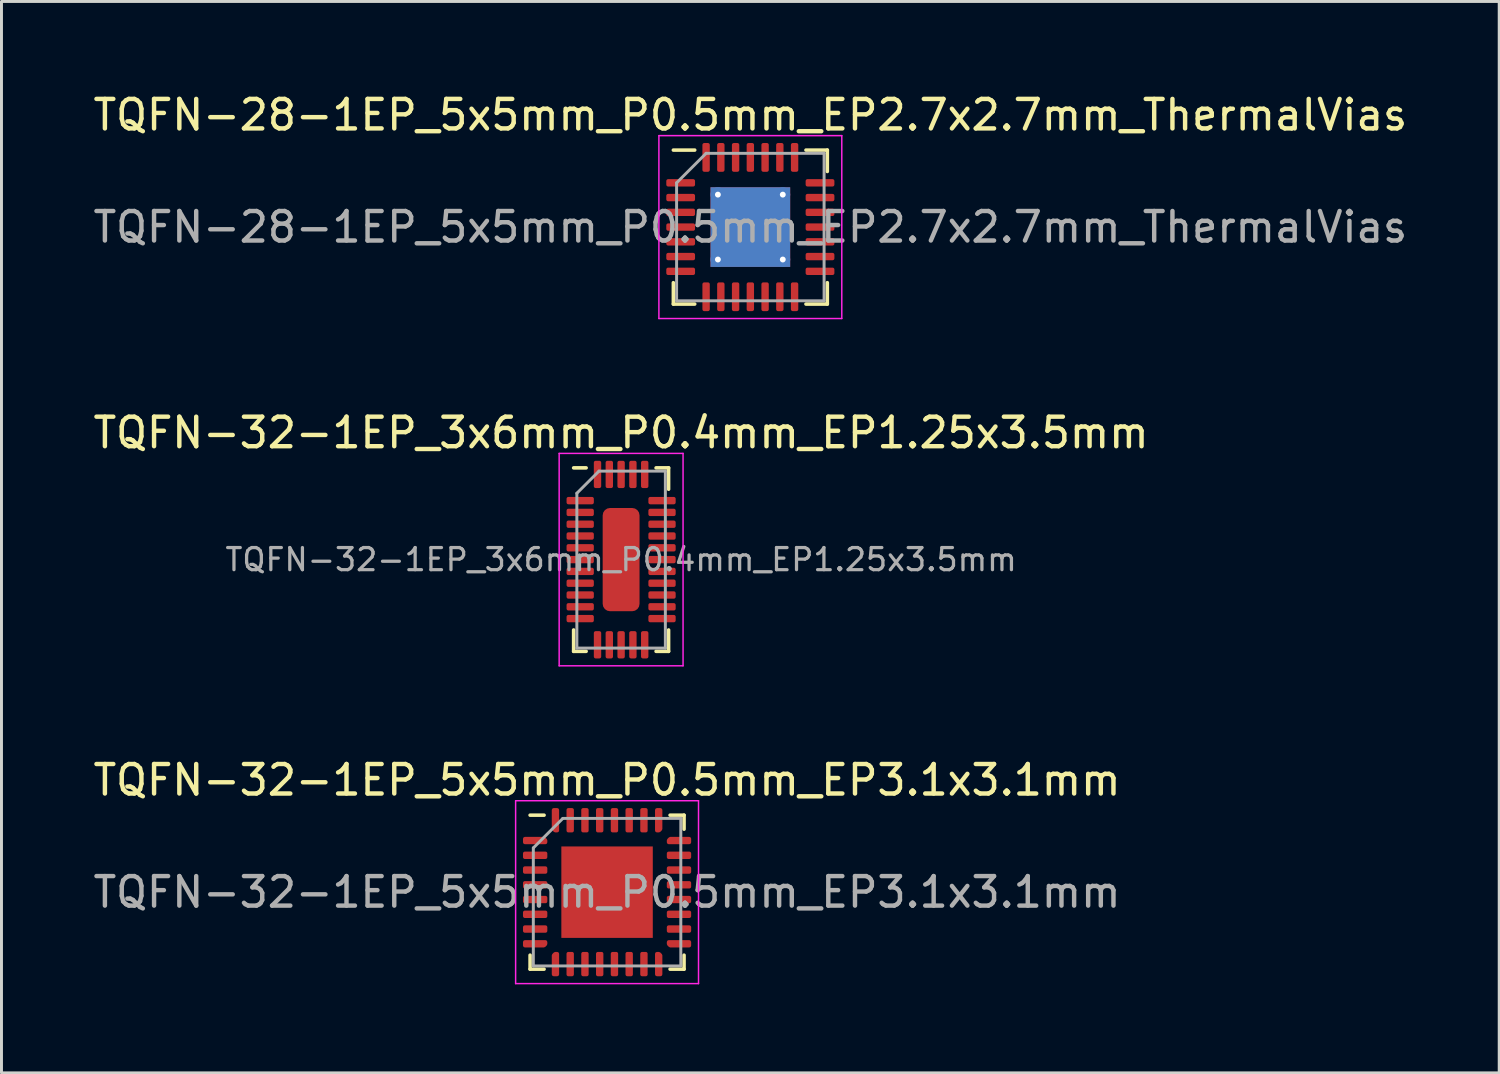
<source format=kicad_pcb>
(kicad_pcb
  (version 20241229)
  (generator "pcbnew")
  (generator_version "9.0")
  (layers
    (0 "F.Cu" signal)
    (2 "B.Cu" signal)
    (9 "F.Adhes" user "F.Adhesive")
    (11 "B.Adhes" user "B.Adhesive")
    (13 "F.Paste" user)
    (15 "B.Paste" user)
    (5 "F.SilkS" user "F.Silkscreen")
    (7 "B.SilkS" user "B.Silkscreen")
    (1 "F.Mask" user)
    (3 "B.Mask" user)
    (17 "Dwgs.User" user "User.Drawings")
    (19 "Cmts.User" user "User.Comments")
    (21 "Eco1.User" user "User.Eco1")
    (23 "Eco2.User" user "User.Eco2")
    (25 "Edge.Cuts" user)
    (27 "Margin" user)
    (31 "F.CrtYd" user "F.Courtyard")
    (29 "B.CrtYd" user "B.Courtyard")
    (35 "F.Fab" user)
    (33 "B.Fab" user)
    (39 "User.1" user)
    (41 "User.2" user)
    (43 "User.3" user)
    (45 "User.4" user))
  (footprint "TQFN-32-1EP_3x6mm_P0.4mm_EP1.25x3.5mm"
    (layer "F.Cu")
    (at 18.006 15.921)
    (property "Reference" "TQFN-32-1EP_3x6mm_P0.4mm_EP1.25x3.5mm" (at 0 -4.3 0) (layer "F.SilkS") (effects (font (size 1 1) (thickness 0.15))))
    (attr smd)
    (fp_line (start -1.61 3.11) (end -1.61 2.385) (stroke (width 0.12) (type solid)) (layer "F.SilkS"))
    (fp_line (start -1.185 -3.11) (end -1.61 -3.11) (stroke (width 0.12) (type solid)) (layer "F.SilkS"))
    (fp_line (start -1.185 3.11) (end -1.61 3.11) (stroke (width 0.12) (type solid)) (layer "F.SilkS"))
    (fp_line (start 1.185 -3.11) (end 1.61 -3.11) (stroke (width 0.12) (type solid)) (layer "F.SilkS"))
    (fp_line (start 1.185 3.11) (end 1.61 3.11) (stroke (width 0.12) (type solid)) (layer "F.SilkS"))
    (fp_line (start 1.61 -3.11) (end 1.61 -2.385) (stroke (width 0.12) (type solid)) (layer "F.SilkS"))
    (fp_line (start 1.61 3.11) (end 1.61 2.385) (stroke (width 0.12) (type solid)) (layer "F.SilkS"))
    (fp_line (start -2.1 -3.6) (end -2.1 3.6) (stroke (width 0.05) (type solid)) (layer "F.CrtYd"))
    (fp_line (start -2.1 3.6) (end 2.1 3.6) (stroke (width 0.05) (type solid)) (layer "F.CrtYd"))
    (fp_line (start 2.1 -3.6) (end -2.1 -3.6) (stroke (width 0.05) (type solid)) (layer "F.CrtYd"))
    (fp_line (start 2.1 3.6) (end 2.1 -3.6) (stroke (width 0.05) (type solid)) (layer "F.CrtYd"))
    (fp_line (start -1.5 -2.25) (end -0.75 -3) (stroke (width 0.1) (type solid)) (layer "F.Fab"))
    (fp_line (start -1.5 3) (end -1.5 -2.25) (stroke (width 0.1) (type solid)) (layer "F.Fab"))
    (fp_line (start -0.75 -3) (end 1.5 -3) (stroke (width 0.1) (type solid)) (layer "F.Fab"))
    (fp_line (start 1.5 -3) (end 1.5 3) (stroke (width 0.1) (type solid)) (layer "F.Fab"))
    (fp_line (start 1.5 3) (end -1.5 3) (stroke (width 0.1) (type solid)) (layer "F.Fab"))
    (fp_text user "${REFERENCE}" (at 0 0 0) (layer "F.Fab") (effects (font (size 0.75 0.75) (thickness 0.11))))
    (pad "" smd roundrect (at -0.31 -1.45) (size 0.5 0.47) (layers "F.Paste") (roundrect_rratio 0.25))
    (pad "" smd roundrect (at -0.31 -0.87) (size 0.5 0.47) (layers "F.Paste") (roundrect_rratio 0.25))
    (pad "" smd roundrect (at -0.31 -0.29) (size 0.5 0.47) (layers "F.Paste") (roundrect_rratio 0.25))
    (pad "" smd roundrect (at -0.31 0.29) (size 0.5 0.47) (layers "F.Paste") (roundrect_rratio 0.25))
    (pad "" smd roundrect (at -0.31 0.87) (size 0.5 0.47) (layers "F.Paste") (roundrect_rratio 0.25))
    (pad "" smd roundrect (at -0.31 1.45) (size 0.5 0.47) (layers "F.Paste") (roundrect_rratio 0.25))
    (pad "" smd roundrect (at 0.31 -1.45) (size 0.5 0.47) (layers "F.Paste") (roundrect_rratio 0.25))
    (pad "" smd roundrect (at 0.31 -0.87) (size 0.5 0.47) (layers "F.Paste") (roundrect_rratio 0.25))
    (pad "" smd roundrect (at 0.31 -0.29) (size 0.5 0.47) (layers "F.Paste") (roundrect_rratio 0.25))
    (pad "" smd roundrect (at 0.31 0.29) (size 0.5 0.47) (layers "F.Paste") (roundrect_rratio 0.25))
    (pad "" smd roundrect (at 0.31 0.87) (size 0.5 0.47) (layers "F.Paste") (roundrect_rratio 0.25))
    (pad "" smd roundrect (at 0.31 1.45) (size 0.5 0.47) (layers "F.Paste") (roundrect_rratio 0.25))
    (pad "1" smd roundrect (at -1.387 -2) (size 0.925 0.25) (layers "F.Cu" "F.Mask" "F.Paste") (roundrect_rratio 0.25))
    (pad "2" smd roundrect (at -1.387 -1.6) (size 0.925 0.25) (layers "F.Cu" "F.Mask" "F.Paste") (roundrect_rratio 0.25))
    (pad "3" smd roundrect (at -1.387 -1.2) (size 0.925 0.25) (layers "F.Cu" "F.Mask" "F.Paste") (roundrect_rratio 0.25))
    (pad "4" smd roundrect (at -1.387 -0.8) (size 0.925 0.25) (layers "F.Cu" "F.Mask" "F.Paste") (roundrect_rratio 0.25))
    (pad "5" smd roundrect (at -1.387 -0.4) (size 0.925 0.25) (layers "F.Cu" "F.Mask" "F.Paste") (roundrect_rratio 0.25))
    (pad "6" smd roundrect (at -1.387 0) (size 0.925 0.25) (layers "F.Cu" "F.Mask" "F.Paste") (roundrect_rratio 0.25))
    (pad "7" smd roundrect (at -1.387 0.4) (size 0.925 0.25) (layers "F.Cu" "F.Mask" "F.Paste") (roundrect_rratio 0.25))
    (pad "8" smd roundrect (at -1.387 0.8) (size 0.925 0.25) (layers "F.Cu" "F.Mask" "F.Paste") (roundrect_rratio 0.25))
    (pad "9" smd roundrect (at -1.387 1.2) (size 0.925 0.25) (layers "F.Cu" "F.Mask" "F.Paste") (roundrect_rratio 0.25))
    (pad "10" smd roundrect (at -1.387 1.6) (size 0.925 0.25) (layers "F.Cu" "F.Mask" "F.Paste") (roundrect_rratio 0.25))
    (pad "11" smd roundrect (at -1.387 2) (size 0.925 0.25) (layers "F.Cu" "F.Mask" "F.Paste") (roundrect_rratio 0.25))
    (pad "12" smd roundrect (at -0.8 2.888) (size 0.25 0.925) (layers "F.Cu" "F.Mask" "F.Paste") (roundrect_rratio 0.25))
    (pad "13" smd roundrect (at -0.4 2.888) (size 0.25 0.925) (layers "F.Cu" "F.Mask" "F.Paste") (roundrect_rratio 0.25))
    (pad "14" smd roundrect (at 0 2.888) (size 0.25 0.925) (layers "F.Cu" "F.Mask" "F.Paste") (roundrect_rratio 0.25))
    (pad "15" smd roundrect (at 0.4 2.888) (size 0.25 0.925) (layers "F.Cu" "F.Mask" "F.Paste") (roundrect_rratio 0.25))
    (pad "16" smd roundrect (at 0.8 2.888) (size 0.25 0.925) (layers "F.Cu" "F.Mask" "F.Paste") (roundrect_rratio 0.25))
    (pad "17" smd roundrect (at 1.387 2) (size 0.925 0.25) (layers "F.Cu" "F.Mask" "F.Paste") (roundrect_rratio 0.25))
    (pad "18" smd roundrect (at 1.387 1.6) (size 0.925 0.25) (layers "F.Cu" "F.Mask" "F.Paste") (roundrect_rratio 0.25))
    (pad "19" smd roundrect (at 1.387 1.2) (size 0.925 0.25) (layers "F.Cu" "F.Mask" "F.Paste") (roundrect_rratio 0.25))
    (pad "20" smd roundrect (at 1.387 0.8) (size 0.925 0.25) (layers "F.Cu" "F.Mask" "F.Paste") (roundrect_rratio 0.25))
    (pad "21" smd roundrect (at 1.387 0.4) (size 0.925 0.25) (layers "F.Cu" "F.Mask" "F.Paste") (roundrect_rratio 0.25))
    (pad "22" smd roundrect (at 1.387 0) (size 0.925 0.25) (layers "F.Cu" "F.Mask" "F.Paste") (roundrect_rratio 0.25))
    (pad "23" smd roundrect (at 1.387 -0.4) (size 0.925 0.25) (layers "F.Cu" "F.Mask" "F.Paste") (roundrect_rratio 0.25))
    (pad "24" smd roundrect (at 1.387 -0.8) (size 0.925 0.25) (layers "F.Cu" "F.Mask" "F.Paste") (roundrect_rratio 0.25))
    (pad "25" smd roundrect (at 1.387 -1.2) (size 0.925 0.25) (layers "F.Cu" "F.Mask" "F.Paste") (roundrect_rratio 0.25))
    (pad "26" smd roundrect (at 1.387 -1.6) (size 0.925 0.25) (layers "F.Cu" "F.Mask" "F.Paste") (roundrect_rratio 0.25))
    (pad "27" smd roundrect (at 1.387 -2) (size 0.925 0.25) (layers "F.Cu" "F.Mask" "F.Paste") (roundrect_rratio 0.25))
    (pad "28" smd roundrect (at 0.8 -2.888) (size 0.25 0.925) (layers "F.Cu" "F.Mask" "F.Paste") (roundrect_rratio 0.25))
    (pad "29" smd roundrect (at 0.4 -2.888) (size 0.25 0.925) (layers "F.Cu" "F.Mask" "F.Paste") (roundrect_rratio 0.25))
    (pad "30" smd roundrect (at 0 -2.888) (size 0.25 0.925) (layers "F.Cu" "F.Mask" "F.Paste") (roundrect_rratio 0.25))
    (pad "31" smd roundrect (at -0.4 -2.888) (size 0.25 0.925) (layers "F.Cu" "F.Mask" "F.Paste") (roundrect_rratio 0.25))
    (pad "32" smd roundrect (at -0.8 -2.888) (size 0.25 0.925) (layers "F.Cu" "F.Mask" "F.Paste") (roundrect_rratio 0.25))
    (pad "33" smd roundrect (at 0 0) (size 1.25 3.5) (layers "F.Cu" "F.Mask") (roundrect_rratio 0.2)))
  (footprint "TQFN-28-1EP_5x5mm_P0.5mm_EP2.7x2.7mm_ThermalVias"
    (layer "F.Cu")
    (at 22.387 4.648)
    (property "Reference" "TQFN-28-1EP_5x5mm_P0.5mm_EP2.7x2.7mm_ThermalVias" (at 0 -3.8 0) (layer "F.SilkS") (effects (font (size 1 1) (thickness 0.15))))
    (attr smd)
    (fp_line (start -2.61 2.61) (end -2.61 1.885) (stroke (width 0.12) (type solid)) (layer "F.SilkS"))
    (fp_line (start -1.885 -2.61) (end -2.61 -2.61) (stroke (width 0.12) (type solid)) (layer "F.SilkS"))
    (fp_line (start -1.885 2.61) (end -2.61 2.61) (stroke (width 0.12) (type solid)) (layer "F.SilkS"))
    (fp_line (start 1.885 -2.61) (end 2.61 -2.61) (stroke (width 0.12) (type solid)) (layer "F.SilkS"))
    (fp_line (start 1.885 2.61) (end 2.61 2.61) (stroke (width 0.12) (type solid)) (layer "F.SilkS"))
    (fp_line (start 2.61 -2.61) (end 2.61 -1.885) (stroke (width 0.12) (type solid)) (layer "F.SilkS"))
    (fp_line (start 2.61 2.61) (end 2.61 1.885) (stroke (width 0.12) (type solid)) (layer "F.SilkS"))
    (fp_line (start -3.1 -3.1) (end -3.1 3.1) (stroke (width 0.05) (type solid)) (layer "F.CrtYd"))
    (fp_line (start -3.1 3.1) (end 3.1 3.1) (stroke (width 0.05) (type solid)) (layer "F.CrtYd"))
    (fp_line (start 3.1 -3.1) (end -3.1 -3.1) (stroke (width 0.05) (type solid)) (layer "F.CrtYd"))
    (fp_line (start 3.1 3.1) (end 3.1 -3.1) (stroke (width 0.05) (type solid)) (layer "F.CrtYd"))
    (fp_line (start -2.5 -1.5) (end -1.5 -2.5) (stroke (width 0.1) (type solid)) (layer "F.Fab"))
    (fp_line (start -2.5 2.5) (end -2.5 -1.5) (stroke (width 0.1) (type solid)) (layer "F.Fab"))
    (fp_line (start -1.5 -2.5) (end 2.5 -2.5) (stroke (width 0.1) (type solid)) (layer "F.Fab"))
    (fp_line (start 2.5 -2.5) (end 2.5 2.5) (stroke (width 0.1) (type solid)) (layer "F.Fab"))
    (fp_line (start 2.5 2.5) (end -2.5 2.5) (stroke (width 0.1) (type solid)) (layer "F.Fab"))
    (fp_text user "${REFERENCE}" (at 0 0 0) (layer "F.Fab") (effects (font (size 1 1) (thickness 0.15))))
    (pad "" smd roundrect (at -0.675 -0.675) (size 1.17 1.17) (layers "F.Paste") (roundrect_rratio 0.214))
    (pad "" smd roundrect (at -0.675 0.675) (size 1.17 1.17) (layers "F.Paste") (roundrect_rratio 0.214))
    (pad "" smd roundrect (at 0.675 -0.675) (size 1.17 1.17) (layers "F.Paste") (roundrect_rratio 0.214))
    (pad "" smd roundrect (at 0.675 0.675) (size 1.17 1.17) (layers "F.Paste") (roundrect_rratio 0.214))
    (pad "1" smd roundrect (at -2.362 -1.5) (size 0.975 0.25) (layers "F.Cu" "F.Mask" "F.Paste") (roundrect_rratio 0.25))
    (pad "2" smd roundrect (at -2.362 -1) (size 0.975 0.25) (layers "F.Cu" "F.Mask" "F.Paste") (roundrect_rratio 0.25))
    (pad "3" smd roundrect (at -2.362 -0.5) (size 0.975 0.25) (layers "F.Cu" "F.Mask" "F.Paste") (roundrect_rratio 0.25))
    (pad "4" smd roundrect (at -2.362 0) (size 0.975 0.25) (layers "F.Cu" "F.Mask" "F.Paste") (roundrect_rratio 0.25))
    (pad "5" smd roundrect (at -2.362 0.5) (size 0.975 0.25) (layers "F.Cu" "F.Mask" "F.Paste") (roundrect_rratio 0.25))
    (pad "6" smd roundrect (at -2.362 1) (size 0.975 0.25) (layers "F.Cu" "F.Mask" "F.Paste") (roundrect_rratio 0.25))
    (pad "7" smd roundrect (at -2.362 1.5) (size 0.975 0.25) (layers "F.Cu" "F.Mask" "F.Paste") (roundrect_rratio 0.25))
    (pad "8" smd roundrect (at -1.5 2.362) (size 0.25 0.975) (layers "F.Cu" "F.Mask" "F.Paste") (roundrect_rratio 0.25))
    (pad "9" smd roundrect (at -1 2.362) (size 0.25 0.975) (layers "F.Cu" "F.Mask" "F.Paste") (roundrect_rratio 0.25))
    (pad "10" smd roundrect (at -0.5 2.362) (size 0.25 0.975) (layers "F.Cu" "F.Mask" "F.Paste") (roundrect_rratio 0.25))
    (pad "11" smd roundrect (at 0 2.362) (size 0.25 0.975) (layers "F.Cu" "F.Mask" "F.Paste") (roundrect_rratio 0.25))
    (pad "12" smd roundrect (at 0.5 2.362) (size 0.25 0.975) (layers "F.Cu" "F.Mask" "F.Paste") (roundrect_rratio 0.25))
    (pad "13" smd roundrect (at 1 2.362) (size 0.25 0.975) (layers "F.Cu" "F.Mask" "F.Paste") (roundrect_rratio 0.25))
    (pad "14" smd roundrect (at 1.5 2.362) (size 0.25 0.975) (layers "F.Cu" "F.Mask" "F.Paste") (roundrect_rratio 0.25))
    (pad "15" smd roundrect (at 2.362 1.5) (size 0.975 0.25) (layers "F.Cu" "F.Mask" "F.Paste") (roundrect_rratio 0.25))
    (pad "16" smd roundrect (at 2.362 1) (size 0.975 0.25) (layers "F.Cu" "F.Mask" "F.Paste") (roundrect_rratio 0.25))
    (pad "17" smd roundrect (at 2.362 0.5) (size 0.975 0.25) (layers "F.Cu" "F.Mask" "F.Paste") (roundrect_rratio 0.25))
    (pad "18" smd roundrect (at 2.362 0) (size 0.975 0.25) (layers "F.Cu" "F.Mask" "F.Paste") (roundrect_rratio 0.25))
    (pad "19" smd roundrect (at 2.362 -0.5) (size 0.975 0.25) (layers "F.Cu" "F.Mask" "F.Paste") (roundrect_rratio 0.25))
    (pad "20" smd roundrect (at 2.362 -1) (size 0.975 0.25) (layers "F.Cu" "F.Mask" "F.Paste") (roundrect_rratio 0.25))
    (pad "21" smd roundrect (at 2.362 -1.5) (size 0.975 0.25) (layers "F.Cu" "F.Mask" "F.Paste") (roundrect_rratio 0.25))
    (pad "22" smd roundrect (at 1.5 -2.362) (size 0.25 0.975) (layers "F.Cu" "F.Mask" "F.Paste") (roundrect_rratio 0.25))
    (pad "23" smd roundrect (at 1 -2.362) (size 0.25 0.975) (layers "F.Cu" "F.Mask" "F.Paste") (roundrect_rratio 0.25))
    (pad "24" smd roundrect (at 0.5 -2.362) (size 0.25 0.975) (layers "F.Cu" "F.Mask" "F.Paste") (roundrect_rratio 0.25))
    (pad "25" smd roundrect (at 0 -2.362) (size 0.25 0.975) (layers "F.Cu" "F.Mask" "F.Paste") (roundrect_rratio 0.25))
    (pad "26" smd roundrect (at -0.5 -2.362) (size 0.25 0.975) (layers "F.Cu" "F.Mask" "F.Paste") (roundrect_rratio 0.25))
    (pad "27" smd roundrect (at -1 -2.362) (size 0.25 0.975) (layers "F.Cu" "F.Mask" "F.Paste") (roundrect_rratio 0.25))
    (pad "28" smd roundrect (at -1.5 -2.362) (size 0.25 0.975) (layers "F.Cu" "F.Mask" "F.Paste") (roundrect_rratio 0.25))
    (pad "29" thru_hole circle (at -1.1 -1.1) (size 0.5 0.5) (drill 0.2) (layers "*.Cu"))
    (pad "29" thru_hole circle (at -1.1 1.1) (size 0.5 0.5) (drill 0.2) (layers "*.Cu"))
    (pad "29" smd rect (at 0 0) (size 2.7 2.7) (layers "F.Cu" "F.Mask"))
    (pad "29" smd rect (at 0 0) (size 2.7 2.7) (layers "B.Cu"))
    (pad "29" thru_hole circle (at 1.1 -1.1) (size 0.5 0.5) (drill 0.2) (layers "*.Cu"))
    (pad "29" thru_hole circle (at 1.1 1.1) (size 0.5 0.5) (drill 0.2) (layers "*.Cu")))
  (footprint "TQFN-32-1EP_5x5mm_P0.5mm_EP3.1x3.1mm"
    (layer "F.Cu")
    (at 17.53 27.195)
    (property "Reference" "TQFN-32-1EP_5x5mm_P0.5mm_EP3.1x3.1mm" (at 0 -3.8 0) (layer "F.SilkS") (effects (font (size 1 1) (thickness 0.15))))
    (attr smd)
    (fp_line (start -2.61 2.61) (end -2.61 2.135) (stroke (width 0.12) (type solid)) (layer "F.SilkS"))
    (fp_line (start -2.135 -2.61) (end -2.61 -2.61) (stroke (width 0.12) (type solid)) (layer "F.SilkS"))
    (fp_line (start -2.135 2.61) (end -2.61 2.61) (stroke (width 0.12) (type solid)) (layer "F.SilkS"))
    (fp_line (start 2.135 -2.61) (end 2.61 -2.61) (stroke (width 0.12) (type solid)) (layer "F.SilkS"))
    (fp_line (start 2.135 2.61) (end 2.61 2.61) (stroke (width 0.12) (type solid)) (layer "F.SilkS"))
    (fp_line (start 2.61 -2.61) (end 2.61 -2.135) (stroke (width 0.12) (type solid)) (layer "F.SilkS"))
    (fp_line (start 2.61 2.61) (end 2.61 2.135) (stroke (width 0.12) (type solid)) (layer "F.SilkS"))
    (fp_line (start -3.1 -3.1) (end -3.1 3.1) (stroke (width 0.05) (type solid)) (layer "F.CrtYd"))
    (fp_line (start -3.1 3.1) (end 3.1 3.1) (stroke (width 0.05) (type solid)) (layer "F.CrtYd"))
    (fp_line (start 3.1 -3.1) (end -3.1 -3.1) (stroke (width 0.05) (type solid)) (layer "F.CrtYd"))
    (fp_line (start 3.1 3.1) (end 3.1 -3.1) (stroke (width 0.05) (type solid)) (layer "F.CrtYd"))
    (fp_line (start -2.5 -1.5) (end -1.5 -2.5) (stroke (width 0.1) (type solid)) (layer "F.Fab"))
    (fp_line (start -2.5 2.5) (end -2.5 -1.5) (stroke (width 0.1) (type solid)) (layer "F.Fab"))
    (fp_line (start -1.5 -2.5) (end 2.5 -2.5) (stroke (width 0.1) (type solid)) (layer "F.Fab"))
    (fp_line (start 2.5 -2.5) (end 2.5 2.5) (stroke (width 0.1) (type solid)) (layer "F.Fab"))
    (fp_line (start 2.5 2.5) (end -2.5 2.5) (stroke (width 0.1) (type solid)) (layer "F.Fab"))
    (fp_text user "${REFERENCE}" (at 0 0 0) (layer "F.Fab") (effects (font (size 1 1) (thickness 0.15))))
    (pad "" smd roundrect (at -0.775 -0.775) (size 1.25 1.25) (layers "F.Paste") (roundrect_rratio 0.2))
    (pad "" smd roundrect (at -0.775 0.775) (size 1.25 1.25) (layers "F.Paste") (roundrect_rratio 0.2))
    (pad "" smd roundrect (at 0.775 -0.775) (size 1.25 1.25) (layers "F.Paste") (roundrect_rratio 0.2))
    (pad "" smd roundrect (at 0.775 0.775) (size 1.25 1.25) (layers "F.Paste") (roundrect_rratio 0.2))
    (pad "1" smd custom (at -2.438 -1.75) (size 0.186 0.186) (layers "F.Cu" "F.Mask" "F.Paste") (options (anchor circle)) (primitives (gr_poly (pts (xy -0.35 -0.062) (xy 0.297 -0.062) (xy 0.35 -0.009) (xy 0.35 0.062) (xy -0.35 0.062)) (width 0.125) (fill yes))))
    (pad "2" smd roundrect (at -2.438 -1.25) (size 0.825 0.25) (layers "F.Cu" "F.Mask" "F.Paste") (roundrect_rratio 0.25))
    (pad "3" smd roundrect (at -2.438 -0.75) (size 0.825 0.25) (layers "F.Cu" "F.Mask" "F.Paste") (roundrect_rratio 0.25))
    (pad "4" smd roundrect (at -2.438 -0.25) (size 0.825 0.25) (layers "F.Cu" "F.Mask" "F.Paste") (roundrect_rratio 0.25))
    (pad "5" smd roundrect (at -2.438 0.25) (size 0.825 0.25) (layers "F.Cu" "F.Mask" "F.Paste") (roundrect_rratio 0.25))
    (pad "6" smd roundrect (at -2.438 0.75) (size 0.825 0.25) (layers "F.Cu" "F.Mask" "F.Paste") (roundrect_rratio 0.25))
    (pad "7" smd roundrect (at -2.438 1.25) (size 0.825 0.25) (layers "F.Cu" "F.Mask" "F.Paste") (roundrect_rratio 0.25))
    (pad "8" smd custom (at -2.438 1.75) (size 0.186 0.186) (layers "F.Cu" "F.Mask" "F.Paste") (options (anchor circle)) (primitives (gr_poly (pts (xy -0.35 -0.062) (xy 0.35 -0.062) (xy 0.35 0.009) (xy 0.297 0.062) (xy -0.35 0.062)) (width 0.125) (fill yes))))
    (pad "9" smd custom (at -1.75 2.438) (size 0.186 0.186) (layers "F.Cu" "F.Mask" "F.Paste") (options (anchor circle)) (primitives (gr_poly (pts (xy -0.062 -0.297) (xy -0.009 -0.35) (xy 0.062 -0.35) (xy 0.062 0.35) (xy -0.062 0.35)) (width 0.125) (fill yes))))
    (pad "10" smd roundrect (at -1.25 2.438) (size 0.25 0.825) (layers "F.Cu" "F.Mask" "F.Paste") (roundrect_rratio 0.25))
    (pad "11" smd roundrect (at -0.75 2.438) (size 0.25 0.825) (layers "F.Cu" "F.Mask" "F.Paste") (roundrect_rratio 0.25))
    (pad "12" smd roundrect (at -0.25 2.438) (size 0.25 0.825) (layers "F.Cu" "F.Mask" "F.Paste") (roundrect_rratio 0.25))
    (pad "13" smd roundrect (at 0.25 2.438) (size 0.25 0.825) (layers "F.Cu" "F.Mask" "F.Paste") (roundrect_rratio 0.25))
    (pad "14" smd roundrect (at 0.75 2.438) (size 0.25 0.825) (layers "F.Cu" "F.Mask" "F.Paste") (roundrect_rratio 0.25))
    (pad "15" smd roundrect (at 1.25 2.438) (size 0.25 0.825) (layers "F.Cu" "F.Mask" "F.Paste") (roundrect_rratio 0.25))
    (pad "16" smd custom (at 1.75 2.438) (size 0.186 0.186) (layers "F.Cu" "F.Mask" "F.Paste") (options (anchor circle)) (primitives (gr_poly (pts (xy -0.062 -0.35) (xy 0.009 -0.35) (xy 0.062 -0.297) (xy 0.062 0.35) (xy -0.062 0.35)) (width 0.125) (fill yes))))
    (pad "17" smd custom (at 2.438 1.75) (size 0.186 0.186) (layers "F.Cu" "F.Mask" "F.Paste") (options (anchor circle)) (primitives (gr_poly (pts (xy -0.35 -0.062) (xy 0.35 -0.062) (xy 0.35 0.062) (xy -0.297 0.062) (xy -0.35 0.009)) (width 0.125) (fill yes))))
    (pad "18" smd roundrect (at 2.438 1.25) (size 0.825 0.25) (layers "F.Cu" "F.Mask" "F.Paste") (roundrect_rratio 0.25))
    (pad "19" smd roundrect (at 2.438 0.75) (size 0.825 0.25) (layers "F.Cu" "F.Mask" "F.Paste") (roundrect_rratio 0.25))
    (pad "20" smd roundrect (at 2.438 0.25) (size 0.825 0.25) (layers "F.Cu" "F.Mask" "F.Paste") (roundrect_rratio 0.25))
    (pad "21" smd roundrect (at 2.438 -0.25) (size 0.825 0.25) (layers "F.Cu" "F.Mask" "F.Paste") (roundrect_rratio 0.25))
    (pad "22" smd roundrect (at 2.438 -0.75) (size 0.825 0.25) (layers "F.Cu" "F.Mask" "F.Paste") (roundrect_rratio 0.25))
    (pad "23" smd roundrect (at 2.438 -1.25) (size 0.825 0.25) (layers "F.Cu" "F.Mask" "F.Paste") (roundrect_rratio 0.25))
    (pad "24" smd custom (at 2.438 -1.75) (size 0.186 0.186) (layers "F.Cu" "F.Mask" "F.Paste") (options (anchor circle)) (primitives (gr_poly (pts (xy -0.35 -0.009) (xy -0.297 -0.062) (xy 0.35 -0.062) (xy 0.35 0.062) (xy -0.35 0.062)) (width 0.125) (fill yes))))
    (pad "25" smd custom (at 1.75 -2.438) (size 0.186 0.186) (layers "F.Cu" "F.Mask" "F.Paste") (options (anchor circle)) (primitives (gr_poly (pts (xy -0.062 -0.35) (xy 0.062 -0.35) (xy 0.062 0.297) (xy 0.009 0.35) (xy -0.062 0.35)) (width 0.125) (fill yes))))
    (pad "26" smd roundrect (at 1.25 -2.438) (size 0.25 0.825) (layers "F.Cu" "F.Mask" "F.Paste") (roundrect_rratio 0.25))
    (pad "27" smd roundrect (at 0.75 -2.438) (size 0.25 0.825) (layers "F.Cu" "F.Mask" "F.Paste") (roundrect_rratio 0.25))
    (pad "28" smd roundrect (at 0.25 -2.438) (size 0.25 0.825) (layers "F.Cu" "F.Mask" "F.Paste") (roundrect_rratio 0.25))
    (pad "29" smd roundrect (at -0.25 -2.438) (size 0.25 0.825) (layers "F.Cu" "F.Mask" "F.Paste") (roundrect_rratio 0.25))
    (pad "30" smd roundrect (at -0.75 -2.438) (size 0.25 0.825) (layers "F.Cu" "F.Mask" "F.Paste") (roundrect_rratio 0.25))
    (pad "31" smd roundrect (at -1.25 -2.438) (size 0.25 0.825) (layers "F.Cu" "F.Mask" "F.Paste") (roundrect_rratio 0.25))
    (pad "32" smd custom (at -1.75 -2.438) (size 0.186 0.186) (layers "F.Cu" "F.Mask" "F.Paste") (options (anchor circle)) (primitives (gr_poly (pts (xy -0.062 -0.35) (xy 0.062 -0.35) (xy 0.062 0.35) (xy -0.009 0.35) (xy -0.062 0.297)) (width 0.125) (fill yes))))
    (pad "33" smd rect (at 0 0) (size 3.1 3.1) (layers "F.Cu" "F.Mask")))
  (gr_rect
    (start -3 -3)
    (end 47.774 33.32)
    (stroke (width 0.1) (type default))
    (fill no)
    (layer "Edge.Cuts")))
</source>
